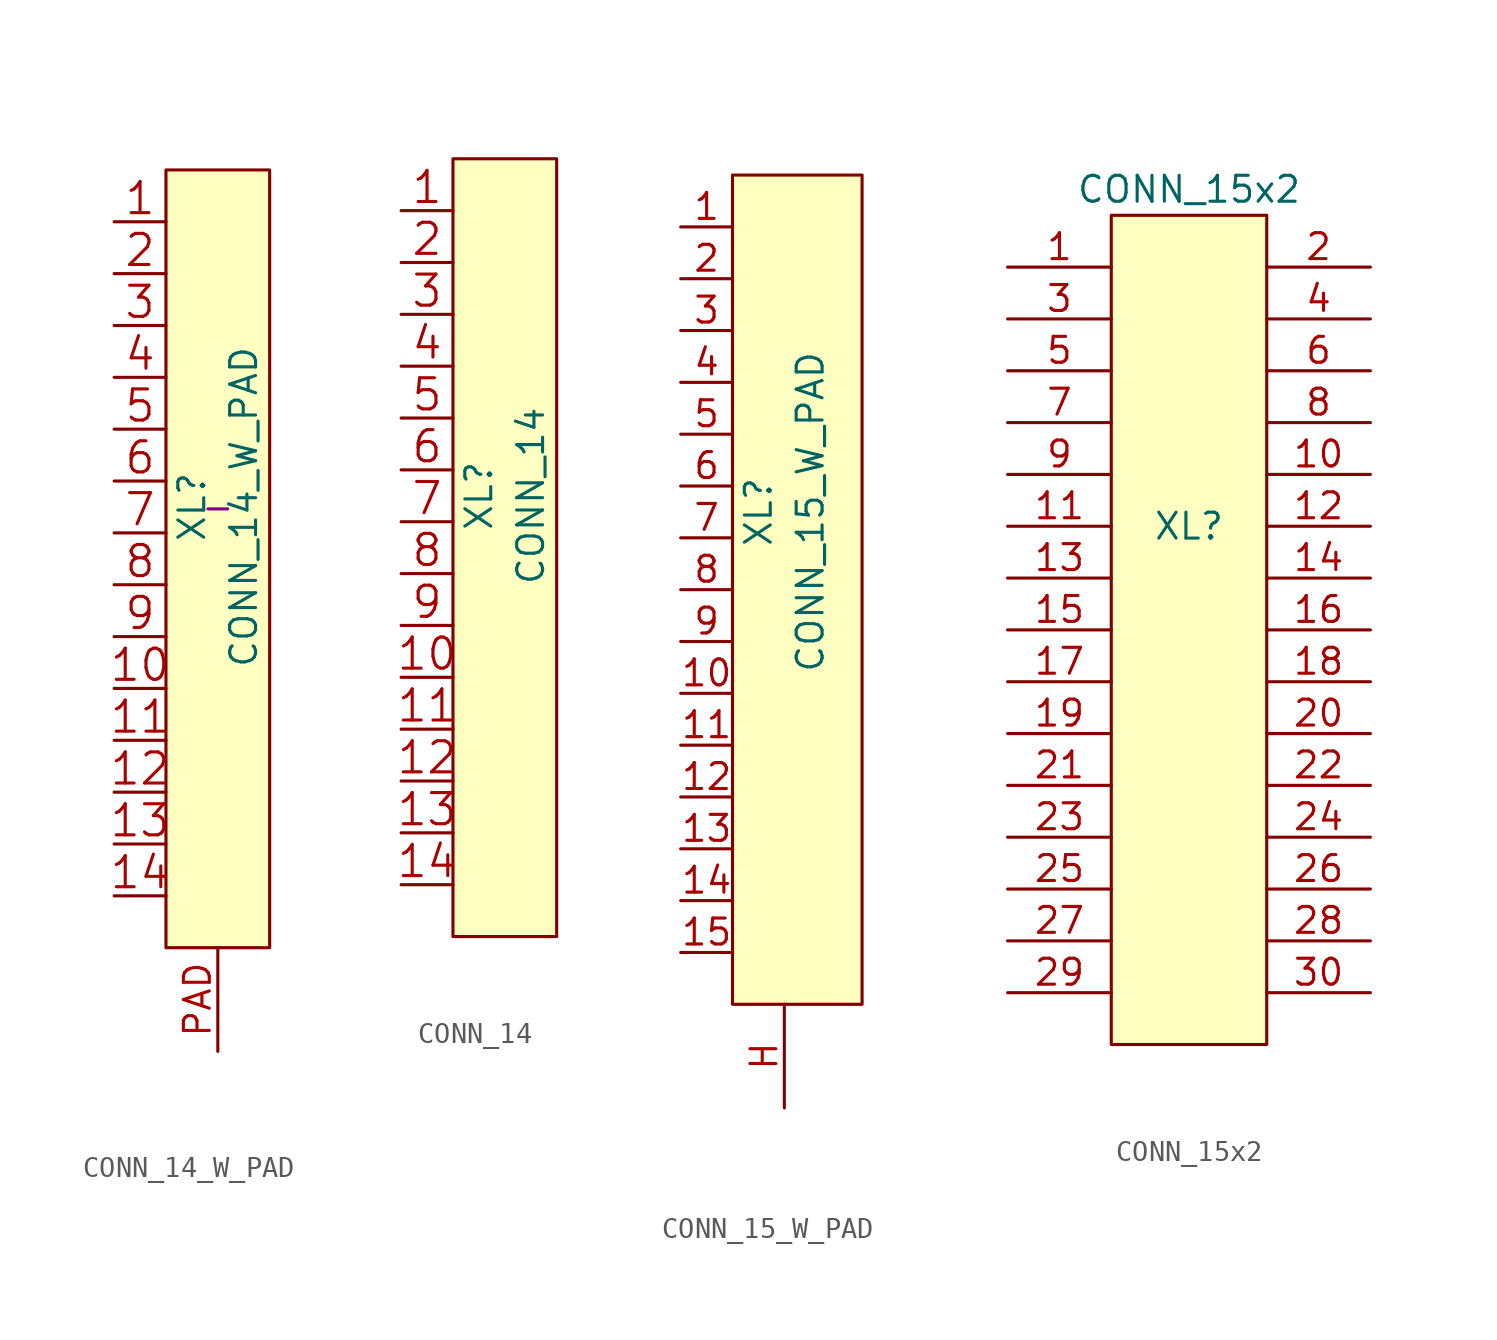
<source format=kicad_sym>
(kicad_symbol_lib
  (version 20201005)
  (generator kicad_symbol_editor)
  (symbol "Connectors_kl:CONN_14_W_PAD"
    (pin_names
      (offset 1.016))
    (property "Reference" "XL"
      (at -1.27 0 90)
      (effects (font (size 1.27 1.27))))
    (property "Value" "CONN_14_W_PAD"
      (at 1.27 0 90)
      (effects (font (size 1.27 1.27))))
    (property "Footprint" ""
      (at 0 0 0)
      (effects (font (size 1.524 1.524))))
    (property "PN" "-"
      (at 0 0 0)
      (effects (font (size 1.27 1.27))))
    (symbol "CONN_14_W_PAD_0_1"
      (rectangle (start -2.54 16.51) (end 2.54 -21.59) (stroke (width 0)) (fill (type background))))
    (symbol "CONN_14_W_PAD_1_1"
      (pin passive line (at -5.08 13.97 0) (length 2.54) (name "~" (effects (font (size 1.524 1.524)))) (number "1" (effects (font (size 1.524 1.524)))))
      (pin passive line (at -5.08 -8.89 0) (length 2.54) (name "~" (effects (font (size 1.524 1.524)))) (number "10" (effects (font (size 1.524 1.524)))))
      (pin passive line (at -5.08 -11.43 0) (length 2.54) (name "~" (effects (font (size 1.524 1.524)))) (number "11" (effects (font (size 1.524 1.524)))))
      (pin passive line (at -5.08 -13.97 0) (length 2.54) (name "~" (effects (font (size 1.524 1.524)))) (number "12" (effects (font (size 1.524 1.524)))))
      (pin passive line (at -5.08 -16.51 0) (length 2.54) (name "~" (effects (font (size 1.524 1.524)))) (number "13" (effects (font (size 1.524 1.524)))))
      (pin passive line (at -5.08 -19.05 0) (length 2.54) (name "~" (effects (font (size 1.524 1.524)))) (number "14" (effects (font (size 1.524 1.524)))))
      (pin passive line (at -5.08 11.43 0) (length 2.54) (name "~" (effects (font (size 1.524 1.524)))) (number "2" (effects (font (size 1.524 1.524)))))
      (pin passive line (at -5.08 8.89 0) (length 2.54) (name "~" (effects (font (size 1.524 1.524)))) (number "3" (effects (font (size 1.524 1.524)))))
      (pin passive line (at -5.08 6.35 0) (length 2.54) (name "~" (effects (font (size 1.524 1.524)))) (number "4" (effects (font (size 1.524 1.524)))))
      (pin passive line (at -5.08 3.81 0) (length 2.54) (name "~" (effects (font (size 1.524 1.524)))) (number "5" (effects (font (size 1.524 1.524)))))
      (pin passive line (at -5.08 1.27 0) (length 2.54) (name "~" (effects (font (size 1.524 1.524)))) (number "6" (effects (font (size 1.524 1.524)))))
      (pin passive line (at -5.08 -1.27 0) (length 2.54) (name "~" (effects (font (size 1.524 1.524)))) (number "7" (effects (font (size 1.524 1.524)))))
      (pin passive line (at -5.08 -3.81 0) (length 2.54) (name "~" (effects (font (size 1.524 1.524)))) (number "8" (effects (font (size 1.524 1.524)))))
      (pin passive line (at -5.08 -6.35 0) (length 2.54) (name "~" (effects (font (size 1.524 1.524)))) (number "9" (effects (font (size 1.524 1.524)))))
      (pin passive line (at 0 -26.67 90) (length 5.08) (name "~" (effects (font (size 1.27 1.27)))) (number "PAD" (effects (font (size 1.27 1.27)))))))
  (symbol "Connectors_kl:CONN_14"
    (pin_names
      (offset 1.016))
    (property "Reference" "XL"
      (at -1.27 0 90)
      (effects (font (size 1.27 1.27))))
    (property "Value" "CONN_14"
      (at 1.27 0 90)
      (effects (font (size 1.27 1.27))))
    (property "Footprint" ""
      (at 0 0 0)
      (effects (font (size 1.524 1.524))))
    (property "Datasheet" ""
      (at 0 0 0)
      (effects (font (size 1.524 1.524))))
    (symbol "CONN_14_0_1"
      (rectangle (start -2.54 16.51) (end 2.54 -21.59) (stroke (width 0)) (fill (type background))))
    (symbol "CONN_14_1_1"
      (pin passive line (at -5.08 13.97 0) (length 2.54) (name "~" (effects (font (size 1.524 1.524)))) (number "1" (effects (font (size 1.524 1.524)))))
      (pin passive line (at -5.08 -8.89 0) (length 2.54) (name "~" (effects (font (size 1.524 1.524)))) (number "10" (effects (font (size 1.524 1.524)))))
      (pin passive line (at -5.08 -11.43 0) (length 2.54) (name "~" (effects (font (size 1.524 1.524)))) (number "11" (effects (font (size 1.524 1.524)))))
      (pin passive line (at -5.08 -13.97 0) (length 2.54) (name "~" (effects (font (size 1.524 1.524)))) (number "12" (effects (font (size 1.524 1.524)))))
      (pin passive line (at -5.08 -16.51 0) (length 2.54) (name "~" (effects (font (size 1.524 1.524)))) (number "13" (effects (font (size 1.524 1.524)))))
      (pin passive line (at -5.08 -19.05 0) (length 2.54) (name "~" (effects (font (size 1.524 1.524)))) (number "14" (effects (font (size 1.524 1.524)))))
      (pin passive line (at -5.08 11.43 0) (length 2.54) (name "~" (effects (font (size 1.524 1.524)))) (number "2" (effects (font (size 1.524 1.524)))))
      (pin passive line (at -5.08 8.89 0) (length 2.54) (name "~" (effects (font (size 1.524 1.524)))) (number "3" (effects (font (size 1.524 1.524)))))
      (pin passive line (at -5.08 6.35 0) (length 2.54) (name "~" (effects (font (size 1.524 1.524)))) (number "4" (effects (font (size 1.524 1.524)))))
      (pin passive line (at -5.08 3.81 0) (length 2.54) (name "~" (effects (font (size 1.524 1.524)))) (number "5" (effects (font (size 1.524 1.524)))))
      (pin passive line (at -5.08 1.27 0) (length 2.54) (name "~" (effects (font (size 1.524 1.524)))) (number "6" (effects (font (size 1.524 1.524)))))
      (pin passive line (at -5.08 -1.27 0) (length 2.54) (name "~" (effects (font (size 1.524 1.524)))) (number "7" (effects (font (size 1.524 1.524)))))
      (pin passive line (at -5.08 -3.81 0) (length 2.54) (name "~" (effects (font (size 1.524 1.524)))) (number "8" (effects (font (size 1.524 1.524)))))
      (pin passive line (at -5.08 -6.35 0) (length 2.54) (name "~" (effects (font (size 1.524 1.524)))) (number "9" (effects (font (size 1.524 1.524)))))))
  (symbol "Connectors_kl:CONN_15_W_PAD"
    (pin_names
      (offset 1.016))
    (property "Reference" "XL"
      (at -1.27 3.81 90)
      (effects (font (size 1.27 1.27))))
    (property "Value" "CONN_15_W_PAD"
      (at 1.27 3.81 90)
      (effects (font (size 1.27 1.27))))
    (property "Footprint" ""
      (at 0 3.81 0)
      (effects (font (size 1.524 1.524))))
    (property "Datasheet" ""
      (at 0 3.81 0)
      (effects (font (size 1.524 1.524))))
    (symbol "CONN_15_W_PAD_0_1"
      (rectangle (start -2.54 20.32) (end 3.81 -20.32) (stroke (width 0)) (fill (type background))))
    (symbol "CONN_15_W_PAD_1_1"
      (pin passive line (at -5.08 17.78 0) (length 2.54) (name "~" (effects (font (size 1.27 1.27)))) (number "1" (effects (font (size 1.27 1.27)))))
      (pin passive line (at -5.08 -5.08 0) (length 2.54) (name "~" (effects (font (size 1.27 1.27)))) (number "10" (effects (font (size 1.27 1.27)))))
      (pin passive line (at -5.08 -7.62 0) (length 2.54) (name "~" (effects (font (size 1.27 1.27)))) (number "11" (effects (font (size 1.27 1.27)))))
      (pin passive line (at -5.08 -10.16 0) (length 2.54) (name "~" (effects (font (size 1.27 1.27)))) (number "12" (effects (font (size 1.27 1.27)))))
      (pin passive line (at -5.08 -12.7 0) (length 2.54) (name "~" (effects (font (size 1.27 1.27)))) (number "13" (effects (font (size 1.27 1.27)))))
      (pin passive line (at -5.08 -15.24 0) (length 2.54) (name "~" (effects (font (size 1.27 1.27)))) (number "14" (effects (font (size 1.27 1.27)))))
      (pin passive line (at -5.08 -17.78 0) (length 2.54) (name "~" (effects (font (size 1.27 1.27)))) (number "15" (effects (font (size 1.27 1.27)))))
      (pin passive line (at -5.08 15.24 0) (length 2.54) (name "~" (effects (font (size 1.27 1.27)))) (number "2" (effects (font (size 1.27 1.27)))))
      (pin passive line (at -5.08 12.7 0) (length 2.54) (name "~" (effects (font (size 1.27 1.27)))) (number "3" (effects (font (size 1.27 1.27)))))
      (pin passive line (at -5.08 10.16 0) (length 2.54) (name "~" (effects (font (size 1.27 1.27)))) (number "4" (effects (font (size 1.27 1.27)))))
      (pin passive line (at -5.08 7.62 0) (length 2.54) (name "~" (effects (font (size 1.27 1.27)))) (number "5" (effects (font (size 1.27 1.27)))))
      (pin passive line (at -5.08 5.08 0) (length 2.54) (name "~" (effects (font (size 1.27 1.27)))) (number "6" (effects (font (size 1.27 1.27)))))
      (pin passive line (at -5.08 2.54 0) (length 2.54) (name "~" (effects (font (size 1.27 1.27)))) (number "7" (effects (font (size 1.27 1.27)))))
      (pin passive line (at -5.08 0 0) (length 2.54) (name "~" (effects (font (size 1.27 1.27)))) (number "8" (effects (font (size 1.27 1.27)))))
      (pin passive line (at -5.08 -2.54 0) (length 2.54) (name "~" (effects (font (size 1.27 1.27)))) (number "9" (effects (font (size 1.27 1.27)))))
      (pin passive line (at 0 -25.4 90) (length 5.08) (name "~" (effects (font (size 1.27 1.27)))) (number "H" (effects (font (size 1.27 1.27)))))))
  (symbol "Connectors_kl:CONN_15x2"
    (pin_names
      (offset 1.016))
    (property "Reference" "XL"
      (at 0 5.08 0)
      (effects (font (size 1.27 1.27))))
    (property "Value" "CONN_15x2"
      (at 0 21.59 0)
      (effects (font (size 1.27 1.27))))
    (symbol "CONN_15x2_0_0"
      (pin passive line (at 8.89 7.62 180) (length 5.08) (name "~" (effects (font (size 1.27 1.27)))) (number "10" (effects (font (size 1.27 1.27)))))
      (pin passive line (at -8.89 5.08 0) (length 5.08) (name "~" (effects (font (size 1.27 1.27)))) (number "11" (effects (font (size 1.27 1.27)))))
      (pin passive line (at 8.89 5.08 180) (length 5.08) (name "~" (effects (font (size 1.27 1.27)))) (number "12" (effects (font (size 1.27 1.27)))))
      (pin passive line (at -8.89 2.54 0) (length 5.08) (name "~" (effects (font (size 1.27 1.27)))) (number "13" (effects (font (size 1.27 1.27)))))
      (pin passive line (at 8.89 2.54 180) (length 5.08) (name "~" (effects (font (size 1.27 1.27)))) (number "14" (effects (font (size 1.27 1.27)))))
      (pin passive line (at -8.89 0 0) (length 5.08) (name "~" (effects (font (size 1.27 1.27)))) (number "15" (effects (font (size 1.27 1.27)))))
      (pin passive line (at 8.89 0 180) (length 5.08) (name "~" (effects (font (size 1.27 1.27)))) (number "16" (effects (font (size 1.27 1.27)))))
      (pin passive line (at -8.89 -2.54 0) (length 5.08) (name "~" (effects (font (size 1.27 1.27)))) (number "17" (effects (font (size 1.27 1.27)))))
      (pin passive line (at 8.89 -2.54 180) (length 5.08) (name "~" (effects (font (size 1.27 1.27)))) (number "18" (effects (font (size 1.27 1.27)))))
      (pin passive line (at -8.89 -5.08 0) (length 5.08) (name "~" (effects (font (size 1.27 1.27)))) (number "19" (effects (font (size 1.27 1.27)))))
      (pin passive line (at 8.89 17.78 180) (length 5.08) (name "~" (effects (font (size 1.27 1.27)))) (number "2" (effects (font (size 1.27 1.27)))))
      (pin passive line (at 8.89 -5.08 180) (length 5.08) (name "~" (effects (font (size 1.27 1.27)))) (number "20" (effects (font (size 1.27 1.27)))))
      (pin passive line (at -8.89 -7.62 0) (length 5.08) (name "~" (effects (font (size 1.27 1.27)))) (number "21" (effects (font (size 1.27 1.27)))))
      (pin passive line (at 8.89 -7.62 180) (length 5.08) (name "~" (effects (font (size 1.27 1.27)))) (number "22" (effects (font (size 1.27 1.27)))))
      (pin passive line (at -8.89 -10.16 0) (length 5.08) (name "~" (effects (font (size 1.27 1.27)))) (number "23" (effects (font (size 1.27 1.27)))))
      (pin passive line (at 8.89 -10.16 180) (length 5.08) (name "~" (effects (font (size 1.27 1.27)))) (number "24" (effects (font (size 1.27 1.27)))))
      (pin passive line (at -8.89 -12.7 0) (length 5.08) (name "~" (effects (font (size 1.27 1.27)))) (number "25" (effects (font (size 1.27 1.27)))))
      (pin passive line (at 8.89 -12.7 180) (length 5.08) (name "~" (effects (font (size 1.27 1.27)))) (number "26" (effects (font (size 1.27 1.27)))))
      (pin passive line (at -8.89 -15.24 0) (length 5.08) (name "~" (effects (font (size 1.27 1.27)))) (number "27" (effects (font (size 1.27 1.27)))))
      (pin passive line (at 8.89 -15.24 180) (length 5.08) (name "~" (effects (font (size 1.27 1.27)))) (number "28" (effects (font (size 1.27 1.27)))))
      (pin passive line (at -8.89 -17.78 0) (length 5.08) (name "~" (effects (font (size 1.27 1.27)))) (number "29" (effects (font (size 1.27 1.27)))))
      (pin passive line (at -8.89 15.24 0) (length 5.08) (name "~" (effects (font (size 1.27 1.27)))) (number "3" (effects (font (size 1.27 1.27)))))
      (pin passive line (at 8.89 -17.78 180) (length 5.08) (name "~" (effects (font (size 1.27 1.27)))) (number "30" (effects (font (size 1.27 1.27)))))
      (pin passive line (at 8.89 15.24 180) (length 5.08) (name "~" (effects (font (size 1.27 1.27)))) (number "4" (effects (font (size 1.27 1.27)))))
      (pin passive line (at -8.89 12.7 0) (length 5.08) (name "~" (effects (font (size 1.27 1.27)))) (number "5" (effects (font (size 1.27 1.27)))))
      (pin passive line (at 8.89 12.7 180) (length 5.08) (name "~" (effects (font (size 1.27 1.27)))) (number "6" (effects (font (size 1.27 1.27)))))
      (pin passive line (at -8.89 10.16 0) (length 5.08) (name "~" (effects (font (size 1.27 1.27)))) (number "7" (effects (font (size 1.27 1.27)))))
      (pin passive line (at 8.89 10.16 180) (length 5.08) (name "~" (effects (font (size 1.27 1.27)))) (number "8" (effects (font (size 1.27 1.27)))))
      (pin passive line (at -8.89 7.62 0) (length 5.08) (name "~" (effects (font (size 1.27 1.27)))) (number "9" (effects (font (size 1.27 1.27))))))
    (symbol "CONN_15x2_0_1"
      (rectangle (start -3.81 20.32) (end 3.81 -20.32) (stroke (width 0)) (fill (type background))))
    (symbol "CONN_15x2_1_1"
      (pin passive line (at -8.89 17.78 0) (length 5.08) (name "~" (effects (font (size 1.27 1.27)))) (number "1" (effects (font (size 1.27 1.27))))))))
</source>
